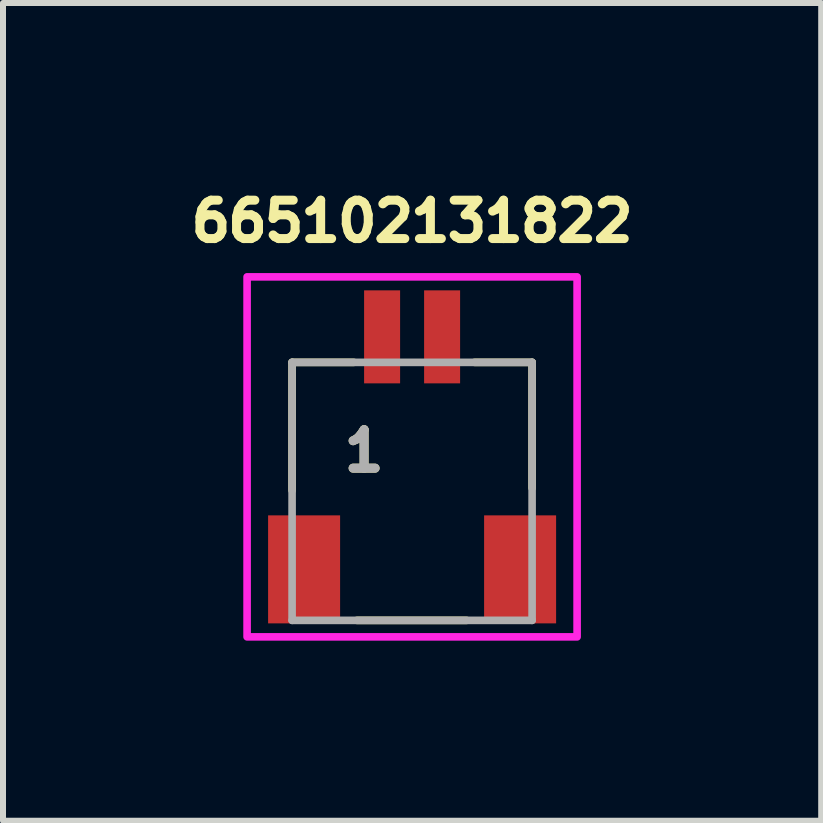
<source format=kicad_pcb>
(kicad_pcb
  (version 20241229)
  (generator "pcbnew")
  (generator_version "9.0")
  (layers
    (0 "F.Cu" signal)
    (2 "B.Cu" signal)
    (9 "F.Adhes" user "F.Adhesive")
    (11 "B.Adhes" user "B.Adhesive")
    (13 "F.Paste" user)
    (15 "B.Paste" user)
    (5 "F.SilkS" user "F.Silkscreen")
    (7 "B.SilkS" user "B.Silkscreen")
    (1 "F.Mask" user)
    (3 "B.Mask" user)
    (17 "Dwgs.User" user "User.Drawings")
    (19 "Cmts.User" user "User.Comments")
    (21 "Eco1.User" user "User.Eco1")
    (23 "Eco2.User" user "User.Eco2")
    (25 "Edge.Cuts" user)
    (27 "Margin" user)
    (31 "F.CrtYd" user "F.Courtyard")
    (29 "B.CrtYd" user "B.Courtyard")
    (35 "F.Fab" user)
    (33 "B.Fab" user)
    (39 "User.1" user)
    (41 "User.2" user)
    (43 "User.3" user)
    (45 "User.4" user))
  (footprint "665102131822"
    (layer "F.Cu")
    (at 3.818 2.564)
    (property "Reference" "665102131822" (at 0 -1.926 0) (layer "F.SilkS") (effects (font (size 0.64 0.64) (thickness 0.15))))
    (attr through_hole)
    (fp_line (start -2 0.425) (end -2 2.56) (stroke (width 0.127) (type solid)) (layer "F.SilkS"))
    (fp_line (start -0.97 0.425) (end -2 0.425) (stroke (width 0.127) (type solid)) (layer "F.SilkS"))
    (fp_line (start -0.92 4.725) (end 0.91 4.725) (stroke (width 0.127) (type solid)) (layer "F.SilkS"))
    (fp_line (start 1.04 0.425) (end 2 0.425) (stroke (width 0.127) (type solid)) (layer "F.SilkS"))
    (fp_line (start 2 0.425) (end 2 2.52) (stroke (width 0.127) (type solid)) (layer "F.SilkS"))
    (fp_poly (pts (xy 2.75 -1) (xy 2.75 5) (xy -2.75 5) (xy -2.75 -1)) (stroke (width 0.127) (type solid)) (fill no) (layer "F.CrtYd"))
    (fp_line (start -2 0.425) (end 2 0.425) (stroke (width 0.127) (type solid)) (layer "F.Fab"))
    (fp_line (start -2 4.725) (end -2 0.425) (stroke (width 0.127) (type solid)) (layer "F.Fab"))
    (fp_line (start 2 0.425) (end 2 4.725) (stroke (width 0.127) (type solid)) (layer "F.Fab"))
    (fp_line (start 2 4.725) (end -2 4.725) (stroke (width 0.127) (type solid)) (layer "F.Fab"))
    (fp_text user "1" (at -0.8 1.9 0) (layer "F.SilkS") (effects (font (size 0.64 0.64) (thickness 0.15))))
    (fp_text user "1" (at -0.8 1.9 0) (layer "F.Fab") (effects (font (size 0.64 0.64) (thickness 0.15))))
    (pad "1" smd rect (at -0.5 0) (size 0.6 1.55) (layers "F.Cu" "F.Mask" "F.Paste"))
    (pad "2" smd rect (at 0.5 0) (size 0.6 1.55) (layers "F.Cu" "F.Mask" "F.Paste"))
    (pad "Z1" smd rect (at -1.8 3.875) (size 1.2 1.8) (layers "F.Cu" "F.Mask" "F.Paste"))
    (pad "Z2" smd rect (at 1.8 3.875) (size 1.2 1.8) (layers "F.Cu" "F.Mask" "F.Paste")))
  (gr_rect
    (start -3 -3)
    (end 10.636 10.628)
    (stroke (width 0.1) (type default))
    (fill no)
    (layer "Edge.Cuts")))
</source>
